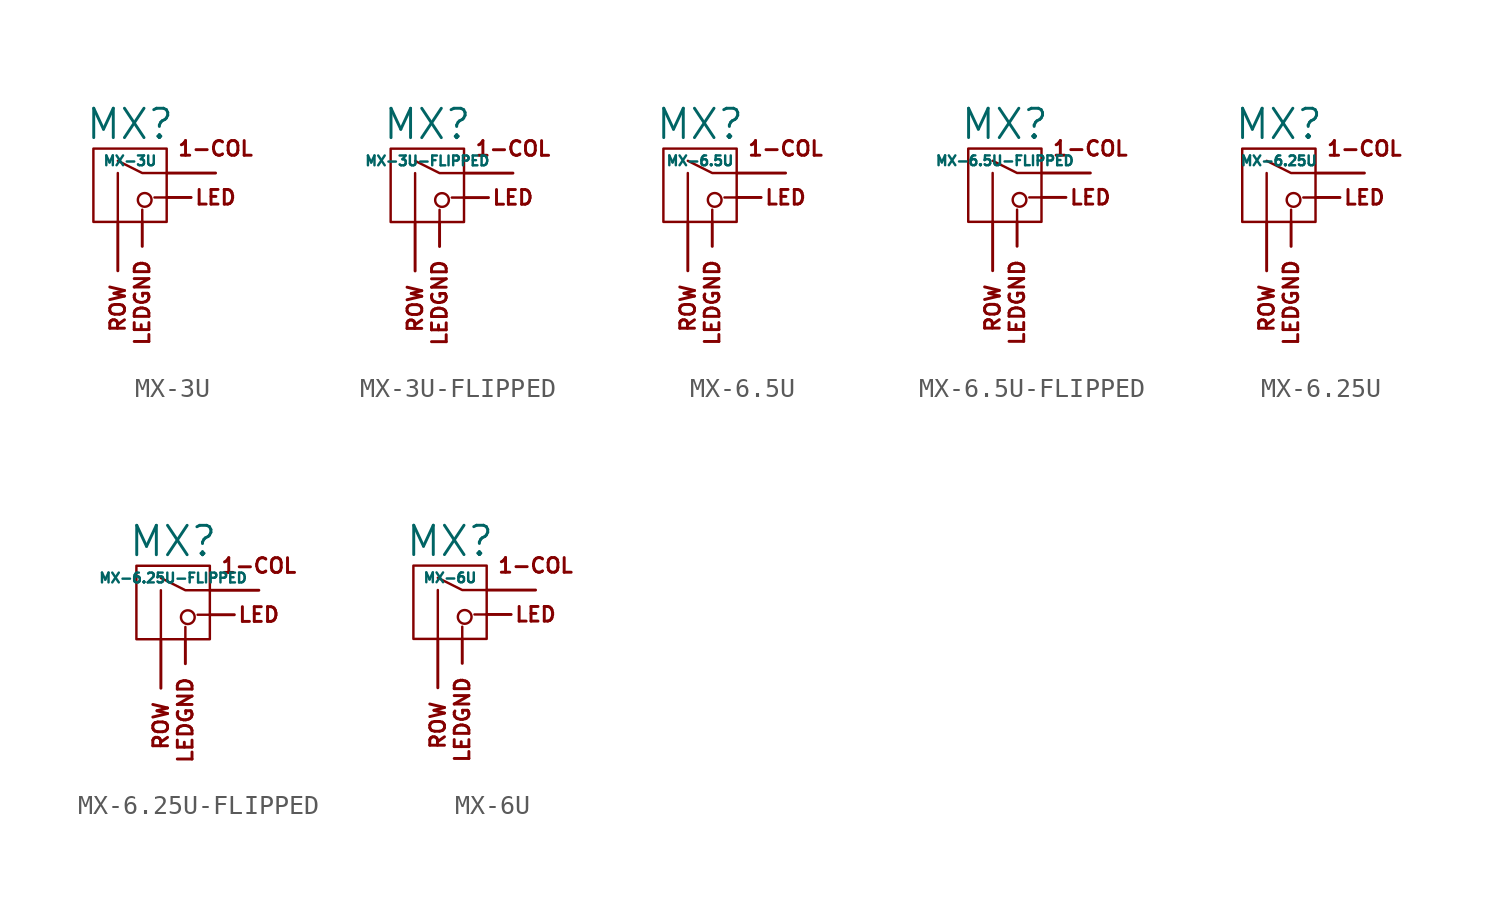
<source format=kicad_sym>
(kicad_symbol_lib
  (version 20211014)
  (generator kicad_symbol_editor)
  (symbol "MX-3U"
    (pin_names
      (offset 1.016))
    (property "Reference" "MX"
      (at 0 3.175 0)
      (effects (font (size 1.524 1.524))))
    (property "Value" "MX-3U"
      (at 0 1.27 0)
      (effects (font (size 0.508 0.508))))
    (symbol "MX-3U_0_0"
      (polyline (pts (xy -0.635 -1.905) (xy -0.635 0.635)) (stroke (width 0.127) (type default) (color 0 0 0 0)) (fill (type none)))
      (polyline (pts (xy 0.635 -1.905) (xy 0.635 -1.27)) (stroke (width 0.127) (type default) (color 0 0 0 0)) (fill (type none)))
      (polyline (pts (xy 1.905 -0.635) (xy 1.27 -0.635)) (stroke (width 0.127) (type default) (color 0 0 0 0)) (fill (type none)))
      (polyline (pts (xy 1.905 0.635) (xy 0.635 0.635) (xy -0.635 1.27)) (stroke (width 0.127) (type default) (color 0 0 0 0)) (fill (type none)))
      (circle (center 0.762 -0.762) (radius 0.356) (stroke (width 0.127) (type default) (color 0 0 0 0)) (fill (type none)))
      (rectangle (start 1.905 -1.905) (end -1.905 1.905) (stroke (width 0.127) (type default) (color 0 0 0 0)) (fill (type none)))
      (text "1-COL" (at 4.445 1.905 0) (effects (font (size 0.762 0.762))))
      (text "LED" (at 4.445 -0.635 0) (effects (font (size 0.762 0.762))))
      (text "ROW" (at -0.635 -5.08 900) (effects (font (size 0.762 0.762)) (justify right))))
    (symbol "MX-3U_1_0"
      (text "LEDGND" (at 0.635 -3.81 900) (effects (font (size 0.762 0.762)) (justify right))))
    (symbol "MX-3U_1_1"
      (pin passive line (at 4.445 0.635 180) (length 2.54) (name "COL" (effects (font (size 0 0)))) (number "1" (effects (font (size 0 0)))))
      (pin passive line (at -0.635 -4.445 90) (length 2.54) (name "ROW" (effects (font (size 0 0)))) (number "2" (effects (font (size 0 0)))))
      (pin passive line (at 3.175 -0.635 180) (length 1.27) (name "LED" (effects (font (size 0 0)))) (number "3" (effects (font (size 0 0)))))
      (pin passive line (at 0.635 -3.175 90) (length 1.27) (name "LEDGND" (effects (font (size 0 0)))) (number "4" (effects (font (size 0 0)))))))
  (symbol "MX-3U-FLIPPED"
    (pin_names
      (offset 1.016))
    (property "Reference" "MX"
      (at 0 3.175 0)
      (effects (font (size 1.524 1.524))))
    (property "Value" "MX-3U-FLIPPED"
      (at 0 1.27 0)
      (effects (font (size 0.508 0.508))))
    (symbol "MX-3U-FLIPPED_0_0"
      (polyline (pts (xy -0.635 -1.905) (xy -0.635 0.635)) (stroke (width 0.127) (type default) (color 0 0 0 0)) (fill (type none)))
      (polyline (pts (xy 0.635 -1.905) (xy 0.635 -1.27)) (stroke (width 0.127) (type default) (color 0 0 0 0)) (fill (type none)))
      (polyline (pts (xy 1.905 -0.635) (xy 1.27 -0.635)) (stroke (width 0.127) (type default) (color 0 0 0 0)) (fill (type none)))
      (polyline (pts (xy 1.905 0.635) (xy 0.635 0.635) (xy -0.635 1.27)) (stroke (width 0.127) (type default) (color 0 0 0 0)) (fill (type none)))
      (circle (center 0.762 -0.762) (radius 0.356) (stroke (width 0.127) (type default) (color 0 0 0 0)) (fill (type none)))
      (rectangle (start 1.905 -1.905) (end -1.905 1.905) (stroke (width 0.127) (type default) (color 0 0 0 0)) (fill (type none)))
      (text "1-COL" (at 4.445 1.905 0) (effects (font (size 0.762 0.762))))
      (text "LED" (at 4.445 -0.635 0) (effects (font (size 0.762 0.762))))
      (text "ROW" (at -0.635 -5.08 900) (effects (font (size 0.762 0.762)) (justify right))))
    (symbol "MX-3U-FLIPPED_1_0"
      (text "LEDGND" (at 0.635 -3.81 900) (effects (font (size 0.762 0.762)) (justify right))))
    (symbol "MX-3U-FLIPPED_1_1"
      (pin passive line (at -0.635 -4.445 90) (length 2.54) (name "ROW" (effects (font (size 0 0)))) (number "1" (effects (font (size 0 0)))))
      (pin passive line (at 4.445 0.635 180) (length 2.54) (name "COL" (effects (font (size 0 0)))) (number "2" (effects (font (size 0 0)))))
      (pin passive line (at 3.175 -0.635 180) (length 1.27) (name "LED" (effects (font (size 0 0)))) (number "3" (effects (font (size 0 0)))))
      (pin passive line (at 0.635 -3.175 90) (length 1.27) (name "LEDGND" (effects (font (size 0 0)))) (number "4" (effects (font (size 0 0)))))))
  (symbol "MX-6.5U"
    (pin_names
      (offset 1.016))
    (property "Reference" "MX"
      (at 0 3.175 0)
      (effects (font (size 1.524 1.524))))
    (property "Value" "MX-6.5U"
      (at 0 1.27 0)
      (effects (font (size 0.508 0.508))))
    (symbol "MX-6.5U_0_0"
      (polyline (pts (xy -0.635 -1.905) (xy -0.635 0.635)) (stroke (width 0.127) (type default) (color 0 0 0 0)) (fill (type none)))
      (polyline (pts (xy 0.635 -1.905) (xy 0.635 -1.27)) (stroke (width 0.127) (type default) (color 0 0 0 0)) (fill (type none)))
      (polyline (pts (xy 1.905 -0.635) (xy 1.27 -0.635)) (stroke (width 0.127) (type default) (color 0 0 0 0)) (fill (type none)))
      (polyline (pts (xy 1.905 0.635) (xy 0.635 0.635) (xy -0.635 1.27)) (stroke (width 0.127) (type default) (color 0 0 0 0)) (fill (type none)))
      (circle (center 0.762 -0.762) (radius 0.356) (stroke (width 0.127) (type default) (color 0 0 0 0)) (fill (type none)))
      (rectangle (start 1.905 -1.905) (end -1.905 1.905) (stroke (width 0.127) (type default) (color 0 0 0 0)) (fill (type none)))
      (text "1-COL" (at 4.445 1.905 0) (effects (font (size 0.762 0.762))))
      (text "LED" (at 4.445 -0.635 0) (effects (font (size 0.762 0.762))))
      (text "ROW" (at -0.635 -5.08 900) (effects (font (size 0.762 0.762)) (justify right))))
    (symbol "MX-6.5U_1_0"
      (text "LEDGND" (at 0.635 -3.81 900) (effects (font (size 0.762 0.762)) (justify right))))
    (symbol "MX-6.5U_1_1"
      (pin passive line (at 4.445 0.635 180) (length 2.54) (name "COL" (effects (font (size 0 0)))) (number "1" (effects (font (size 0 0)))))
      (pin passive line (at -0.635 -4.445 90) (length 2.54) (name "ROW" (effects (font (size 0 0)))) (number "2" (effects (font (size 0 0)))))
      (pin passive line (at 3.175 -0.635 180) (length 1.27) (name "LED" (effects (font (size 0 0)))) (number "3" (effects (font (size 0 0)))))
      (pin passive line (at 0.635 -3.175 90) (length 1.27) (name "LEDGND" (effects (font (size 0 0)))) (number "4" (effects (font (size 0 0)))))))
  (symbol "MX-6.5U-FLIPPED"
    (pin_names
      (offset 1.016))
    (property "Reference" "MX"
      (at 0 3.175 0)
      (effects (font (size 1.524 1.524))))
    (property "Value" "MX-6.5U-FLIPPED"
      (at 0 1.27 0)
      (effects (font (size 0.508 0.508))))
    (symbol "MX-6.5U-FLIPPED_0_0"
      (polyline (pts (xy -0.635 -1.905) (xy -0.635 0.635)) (stroke (width 0.127) (type default) (color 0 0 0 0)) (fill (type none)))
      (polyline (pts (xy 0.635 -1.905) (xy 0.635 -1.27)) (stroke (width 0.127) (type default) (color 0 0 0 0)) (fill (type none)))
      (polyline (pts (xy 1.905 -0.635) (xy 1.27 -0.635)) (stroke (width 0.127) (type default) (color 0 0 0 0)) (fill (type none)))
      (polyline (pts (xy 1.905 0.635) (xy 0.635 0.635) (xy -0.635 1.27)) (stroke (width 0.127) (type default) (color 0 0 0 0)) (fill (type none)))
      (circle (center 0.762 -0.762) (radius 0.356) (stroke (width 0.127) (type default) (color 0 0 0 0)) (fill (type none)))
      (rectangle (start 1.905 -1.905) (end -1.905 1.905) (stroke (width 0.127) (type default) (color 0 0 0 0)) (fill (type none)))
      (text "1-COL" (at 4.445 1.905 0) (effects (font (size 0.762 0.762))))
      (text "LED" (at 4.445 -0.635 0) (effects (font (size 0.762 0.762))))
      (text "ROW" (at -0.635 -5.08 900) (effects (font (size 0.762 0.762)) (justify right))))
    (symbol "MX-6.5U-FLIPPED_1_0"
      (text "LEDGND" (at 0.635 -3.81 900) (effects (font (size 0.762 0.762)) (justify right))))
    (symbol "MX-6.5U-FLIPPED_1_1"
      (pin passive line (at -0.635 -4.445 90) (length 2.54) (name "ROW" (effects (font (size 0 0)))) (number "1" (effects (font (size 0 0)))))
      (pin passive line (at 4.445 0.635 180) (length 2.54) (name "COL" (effects (font (size 0 0)))) (number "2" (effects (font (size 0 0)))))
      (pin passive line (at 3.175 -0.635 180) (length 1.27) (name "LED" (effects (font (size 0 0)))) (number "3" (effects (font (size 0 0)))))
      (pin passive line (at 0.635 -3.175 90) (length 1.27) (name "LEDGND" (effects (font (size 0 0)))) (number "4" (effects (font (size 0 0)))))))
  (symbol "MX-6.25U"
    (pin_names
      (offset 1.016))
    (property "Reference" "MX"
      (at 0 3.175 0)
      (effects (font (size 1.524 1.524))))
    (property "Value" "MX-6.25U"
      (at 0 1.27 0)
      (effects (font (size 0.508 0.508))))
    (symbol "MX-6.25U_0_0"
      (polyline (pts (xy -0.635 -1.905) (xy -0.635 0.635)) (stroke (width 0.127) (type default) (color 0 0 0 0)) (fill (type none)))
      (polyline (pts (xy 0.635 -1.905) (xy 0.635 -1.27)) (stroke (width 0.127) (type default) (color 0 0 0 0)) (fill (type none)))
      (polyline (pts (xy 1.905 -0.635) (xy 1.27 -0.635)) (stroke (width 0.127) (type default) (color 0 0 0 0)) (fill (type none)))
      (polyline (pts (xy 1.905 0.635) (xy 0.635 0.635) (xy -0.635 1.27)) (stroke (width 0.127) (type default) (color 0 0 0 0)) (fill (type none)))
      (circle (center 0.762 -0.762) (radius 0.356) (stroke (width 0.127) (type default) (color 0 0 0 0)) (fill (type none)))
      (rectangle (start 1.905 -1.905) (end -1.905 1.905) (stroke (width 0.127) (type default) (color 0 0 0 0)) (fill (type none)))
      (text "1-COL" (at 4.445 1.905 0) (effects (font (size 0.762 0.762))))
      (text "LED" (at 4.445 -0.635 0) (effects (font (size 0.762 0.762))))
      (text "ROW" (at -0.635 -5.08 900) (effects (font (size 0.762 0.762)) (justify right))))
    (symbol "MX-6.25U_1_0"
      (text "LEDGND" (at 0.635 -3.81 900) (effects (font (size 0.762 0.762)) (justify right))))
    (symbol "MX-6.25U_1_1"
      (pin passive line (at 4.445 0.635 180) (length 2.54) (name "COL" (effects (font (size 0 0)))) (number "1" (effects (font (size 0 0)))))
      (pin passive line (at -0.635 -4.445 90) (length 2.54) (name "ROW" (effects (font (size 0 0)))) (number "2" (effects (font (size 0 0)))))
      (pin passive line (at 3.175 -0.635 180) (length 1.27) (name "LED" (effects (font (size 0 0)))) (number "3" (effects (font (size 0 0)))))
      (pin passive line (at 0.635 -3.175 90) (length 1.27) (name "LEDGND" (effects (font (size 0 0)))) (number "4" (effects (font (size 0 0)))))))
  (symbol "MX-6.25U-FLIPPED"
    (pin_names
      (offset 1.016))
    (property "Reference" "MX"
      (at 0 3.175 0)
      (effects (font (size 1.524 1.524))))
    (property "Value" "MX-6.25U-FLIPPED"
      (at 0 1.27 0)
      (effects (font (size 0.508 0.508))))
    (symbol "MX-6.25U-FLIPPED_0_0"
      (polyline (pts (xy -0.635 -1.905) (xy -0.635 0.635)) (stroke (width 0.127) (type default) (color 0 0 0 0)) (fill (type none)))
      (polyline (pts (xy 0.635 -1.905) (xy 0.635 -1.27)) (stroke (width 0.127) (type default) (color 0 0 0 0)) (fill (type none)))
      (polyline (pts (xy 1.905 -0.635) (xy 1.27 -0.635)) (stroke (width 0.127) (type default) (color 0 0 0 0)) (fill (type none)))
      (polyline (pts (xy 1.905 0.635) (xy 0.635 0.635) (xy -0.635 1.27)) (stroke (width 0.127) (type default) (color 0 0 0 0)) (fill (type none)))
      (circle (center 0.762 -0.762) (radius 0.356) (stroke (width 0.127) (type default) (color 0 0 0 0)) (fill (type none)))
      (rectangle (start 1.905 -1.905) (end -1.905 1.905) (stroke (width 0.127) (type default) (color 0 0 0 0)) (fill (type none)))
      (text "1-COL" (at 4.445 1.905 0) (effects (font (size 0.762 0.762))))
      (text "LED" (at 4.445 -0.635 0) (effects (font (size 0.762 0.762))))
      (text "ROW" (at -0.635 -5.08 900) (effects (font (size 0.762 0.762)) (justify right))))
    (symbol "MX-6.25U-FLIPPED_1_0"
      (text "LEDGND" (at 0.635 -3.81 900) (effects (font (size 0.762 0.762)) (justify right))))
    (symbol "MX-6.25U-FLIPPED_1_1"
      (pin passive line (at -0.635 -4.445 90) (length 2.54) (name "ROW" (effects (font (size 0 0)))) (number "1" (effects (font (size 0 0)))))
      (pin passive line (at 4.445 0.635 180) (length 2.54) (name "COL" (effects (font (size 0 0)))) (number "2" (effects (font (size 0 0)))))
      (pin passive line (at 3.175 -0.635 180) (length 1.27) (name "LED" (effects (font (size 0 0)))) (number "3" (effects (font (size 0 0)))))
      (pin passive line (at 0.635 -3.175 90) (length 1.27) (name "LEDGND" (effects (font (size 0 0)))) (number "4" (effects (font (size 0 0)))))))
  (symbol "MX-6U"
    (pin_names
      (offset 1.016))
    (property "Reference" "MX"
      (at 0 3.175 0)
      (effects (font (size 1.524 1.524))))
    (property "Value" "MX-6U"
      (at 0 1.27 0)
      (effects (font (size 0.508 0.508))))
    (symbol "MX-6U_0_0"
      (polyline (pts (xy -0.635 -1.905) (xy -0.635 0.635)) (stroke (width 0.127) (type default) (color 0 0 0 0)) (fill (type none)))
      (polyline (pts (xy 0.635 -1.905) (xy 0.635 -1.27)) (stroke (width 0.127) (type default) (color 0 0 0 0)) (fill (type none)))
      (polyline (pts (xy 1.905 -0.635) (xy 1.27 -0.635)) (stroke (width 0.127) (type default) (color 0 0 0 0)) (fill (type none)))
      (polyline (pts (xy 1.905 0.635) (xy 0.635 0.635) (xy -0.635 1.27)) (stroke (width 0.127) (type default) (color 0 0 0 0)) (fill (type none)))
      (circle (center 0.762 -0.762) (radius 0.356) (stroke (width 0.127) (type default) (color 0 0 0 0)) (fill (type none)))
      (rectangle (start 1.905 -1.905) (end -1.905 1.905) (stroke (width 0.127) (type default) (color 0 0 0 0)) (fill (type none)))
      (text "1-COL" (at 4.445 1.905 0) (effects (font (size 0.762 0.762))))
      (text "LED" (at 4.445 -0.635 0) (effects (font (size 0.762 0.762))))
      (text "ROW" (at -0.635 -5.08 900) (effects (font (size 0.762 0.762)) (justify right))))
    (symbol "MX-6U_1_0"
      (text "LEDGND" (at 0.635 -3.81 900) (effects (font (size 0.762 0.762)) (justify right))))
    (symbol "MX-6U_1_1"
      (pin passive line (at 4.445 0.635 180) (length 2.54) (name "COL" (effects (font (size 0 0)))) (number "1" (effects (font (size 0 0)))))
      (pin passive line (at -0.635 -4.445 90) (length 2.54) (name "ROW" (effects (font (size 0 0)))) (number "2" (effects (font (size 0 0)))))
      (pin passive line (at 3.175 -0.635 180) (length 1.27) (name "LED" (effects (font (size 0 0)))) (number "3" (effects (font (size 0 0)))))
      (pin passive line (at 0.635 -3.175 90) (length 1.27) (name "LEDGND" (effects (font (size 0 0)))) (number "4" (effects (font (size 0 0))))))))
</source>
